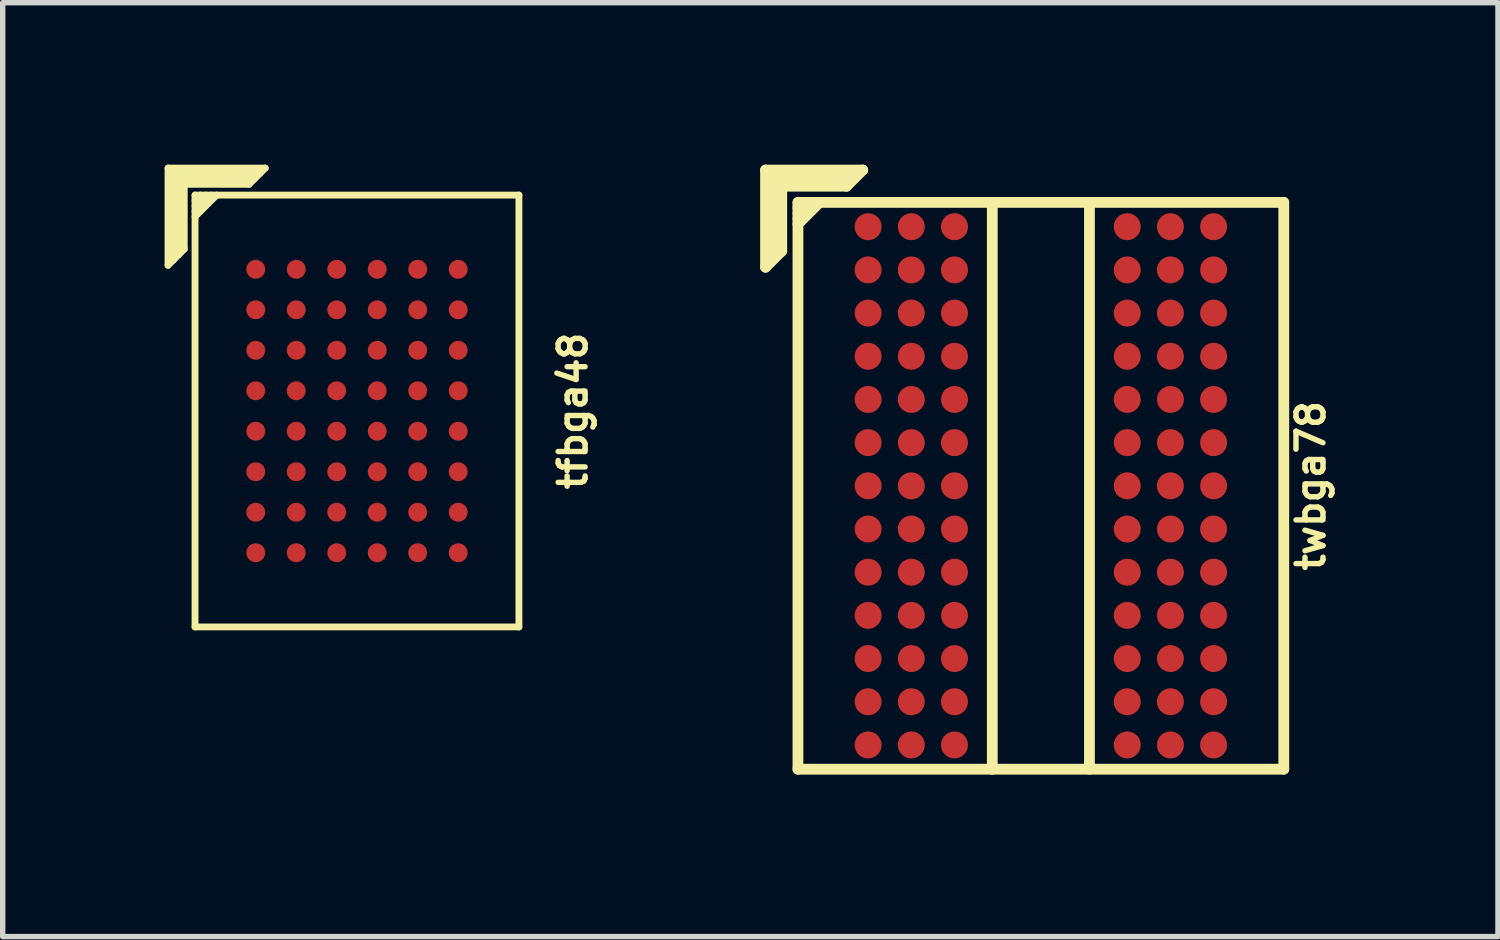
<source format=kicad_pcb>
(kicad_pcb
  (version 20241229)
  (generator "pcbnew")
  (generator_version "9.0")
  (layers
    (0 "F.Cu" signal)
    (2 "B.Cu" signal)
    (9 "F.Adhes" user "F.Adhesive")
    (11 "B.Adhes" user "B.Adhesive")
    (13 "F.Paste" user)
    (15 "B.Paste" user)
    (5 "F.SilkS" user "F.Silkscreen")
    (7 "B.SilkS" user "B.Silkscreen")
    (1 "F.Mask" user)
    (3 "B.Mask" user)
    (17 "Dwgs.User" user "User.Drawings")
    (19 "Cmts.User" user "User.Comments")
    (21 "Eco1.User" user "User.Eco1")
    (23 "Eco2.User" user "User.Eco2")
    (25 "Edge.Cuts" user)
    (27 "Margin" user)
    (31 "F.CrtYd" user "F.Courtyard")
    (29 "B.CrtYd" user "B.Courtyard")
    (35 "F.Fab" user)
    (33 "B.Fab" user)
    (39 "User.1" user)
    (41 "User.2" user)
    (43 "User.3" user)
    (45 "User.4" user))
  (footprint "twbga78"
    (layer "F.Cu")
    (at 16.232 5.95)
    (property "Reference" "twbga78" (at 5 0 90) (layer "F.SilkS") (effects (font (size 0.5 0.5) (thickness 0.1))))
    (attr through_hole)
    (fp_line (start -5.1 -5.85) (end -3.3 -5.85) (stroke (width 0.2) (type solid)) (layer "F.SilkS"))
    (fp_line (start -5.1 -4.05) (end -5.1 -5.85) (stroke (width 0.2) (type solid)) (layer "F.SilkS"))
    (fp_line (start -5 -5.75) (end -3.5 -5.75) (stroke (width 0.2) (type solid)) (layer "F.SilkS"))
    (fp_line (start -5 -4.25) (end -5 -5.75) (stroke (width 0.2) (type solid)) (layer "F.SilkS"))
    (fp_line (start -4.9 -5.65) (end -4.9 -4.35) (stroke (width 0.2) (type solid)) (layer "F.SilkS"))
    (fp_line (start -4.8 -5.55) (end -3.6 -5.55) (stroke (width 0.2) (type solid)) (layer "F.SilkS"))
    (fp_line (start -4.8 -4.35) (end -5.1 -4.05) (stroke (width 0.2) (type solid)) (layer "F.SilkS"))
    (fp_line (start -4.8 -4.35) (end -4.8 -5.55) (stroke (width 0.2) (type solid)) (layer "F.SilkS"))
    (fp_line (start -4.5 -5.25) (end 4.5 -5.25) (stroke (width 0.2) (type solid)) (layer "F.SilkS"))
    (fp_line (start -4.5 -5.15) (end -4.4 -5.25) (stroke (width 0.2) (type solid)) (layer "F.SilkS"))
    (fp_line (start -4.5 -4.85) (end -4.1 -5.25) (stroke (width 0.2) (type solid)) (layer "F.SilkS"))
    (fp_line (start -4.5 5.25) (end -4.5 -5.25) (stroke (width 0.2) (type solid)) (layer "F.SilkS"))
    (fp_line (start -4.3 -5.25) (end -4.5 -5.05) (stroke (width 0.2) (type solid)) (layer "F.SilkS"))
    (fp_line (start -4.2 -5.25) (end -4.5 -4.95) (stroke (width 0.2) (type solid)) (layer "F.SilkS"))
    (fp_line (start -3.6 -5.65) (end -4.9 -5.65) (stroke (width 0.2) (type solid)) (layer "F.SilkS"))
    (fp_line (start -3.3 -5.85) (end -3.6 -5.55) (stroke (width 0.2) (type solid)) (layer "F.SilkS"))
    (fp_line (start -0.9 -5.25) (end -0.9 5.25) (stroke (width 0.2) (type solid)) (layer "F.SilkS"))
    (fp_line (start 0.9 5.25) (end 0.9 -5.25) (stroke (width 0.2) (type solid)) (layer "F.SilkS"))
    (fp_line (start 4.5 -5.25) (end 4.5 5.25) (stroke (width 0.2) (type solid)) (layer "F.SilkS"))
    (fp_line (start 4.5 5.25) (end -4.5 5.25) (stroke (width 0.2) (type solid)) (layer "F.SilkS"))
    (pad "A1" smd circle (at -3.2 -4.8) (size 0.5 0.5) (layers "F.Cu" "F.Mask" "F.Paste"))
    (pad "A2" smd circle (at -2.4 -4.8) (size 0.5 0.5) (layers "F.Cu" "F.Mask" "F.Paste"))
    (pad "A3" smd circle (at -1.6 -4.8) (size 0.5 0.5) (layers "F.Cu" "F.Mask" "F.Paste"))
    (pad "A7" smd circle (at 1.6 -4.8) (size 0.5 0.5) (layers "F.Cu" "F.Mask" "F.Paste"))
    (pad "A8" smd circle (at 2.4 -4.8) (size 0.5 0.5) (layers "F.Cu" "F.Mask" "F.Paste"))
    (pad "A9" smd circle (at 3.2 -4.8) (size 0.5 0.5) (layers "F.Cu" "F.Mask" "F.Paste"))
    (pad "B1" smd circle (at -3.2 -4) (size 0.5 0.5) (layers "F.Cu" "F.Mask" "F.Paste"))
    (pad "B2" smd circle (at -2.4 -4) (size 0.5 0.5) (layers "F.Cu" "F.Mask" "F.Paste"))
    (pad "B3" smd circle (at -1.6 -4) (size 0.5 0.5) (layers "F.Cu" "F.Mask" "F.Paste"))
    (pad "B7" smd circle (at 1.6 -4) (size 0.5 0.5) (layers "F.Cu" "F.Mask" "F.Paste"))
    (pad "B8" smd circle (at 2.4 -4) (size 0.5 0.5) (layers "F.Cu" "F.Mask" "F.Paste"))
    (pad "B9" smd circle (at 3.2 -4) (size 0.5 0.5) (layers "F.Cu" "F.Mask" "F.Paste"))
    (pad "C1" smd circle (at -3.2 -3.2) (size 0.5 0.5) (layers "F.Cu" "F.Mask" "F.Paste"))
    (pad "C2" smd circle (at -2.4 -3.2) (size 0.5 0.5) (layers "F.Cu" "F.Mask" "F.Paste"))
    (pad "C3" smd circle (at -1.6 -3.2) (size 0.5 0.5) (layers "F.Cu" "F.Mask" "F.Paste"))
    (pad "C7" smd circle (at 1.6 -3.2) (size 0.5 0.5) (layers "F.Cu" "F.Mask" "F.Paste"))
    (pad "C8" smd circle (at 2.4 -3.2) (size 0.5 0.5) (layers "F.Cu" "F.Mask" "F.Paste"))
    (pad "C9" smd circle (at 3.2 -3.2) (size 0.5 0.5) (layers "F.Cu" "F.Mask" "F.Paste"))
    (pad "D1" smd circle (at -3.2 -2.4) (size 0.5 0.5) (layers "F.Cu" "F.Mask" "F.Paste"))
    (pad "D2" smd circle (at -2.4 -2.4) (size 0.5 0.5) (layers "F.Cu" "F.Mask" "F.Paste"))
    (pad "D3" smd circle (at -1.6 -2.4) (size 0.5 0.5) (layers "F.Cu" "F.Mask" "F.Paste"))
    (pad "D7" smd circle (at 1.6 -2.4) (size 0.5 0.5) (layers "F.Cu" "F.Mask" "F.Paste"))
    (pad "D8" smd circle (at 2.4 -2.4) (size 0.5 0.5) (layers "F.Cu" "F.Mask" "F.Paste"))
    (pad "D9" smd circle (at 3.2 -2.4) (size 0.5 0.5) (layers "F.Cu" "F.Mask" "F.Paste"))
    (pad "E1" smd circle (at -3.2 -1.6) (size 0.5 0.5) (layers "F.Cu" "F.Mask" "F.Paste"))
    (pad "E2" smd circle (at -2.4 -1.6) (size 0.5 0.5) (layers "F.Cu" "F.Mask" "F.Paste"))
    (pad "E3" smd circle (at -1.6 -1.6) (size 0.5 0.5) (layers "F.Cu" "F.Mask" "F.Paste"))
    (pad "E7" smd circle (at 1.6 -1.6) (size 0.5 0.5) (layers "F.Cu" "F.Mask" "F.Paste"))
    (pad "E8" smd circle (at 2.4 -1.6) (size 0.5 0.5) (layers "F.Cu" "F.Mask" "F.Paste"))
    (pad "E9" smd circle (at 3.2 -1.6) (size 0.5 0.5) (layers "F.Cu" "F.Mask" "F.Paste"))
    (pad "F1" smd circle (at -3.2 -0.8) (size 0.5 0.5) (layers "F.Cu" "F.Mask" "F.Paste"))
    (pad "F2" smd circle (at -2.4 -0.8) (size 0.5 0.5) (layers "F.Cu" "F.Mask" "F.Paste"))
    (pad "F3" smd circle (at -1.6 -0.8) (size 0.5 0.5) (layers "F.Cu" "F.Mask" "F.Paste"))
    (pad "F7" smd circle (at 1.6 -0.8) (size 0.5 0.5) (layers "F.Cu" "F.Mask" "F.Paste"))
    (pad "F8" smd circle (at 2.4 -0.8) (size 0.5 0.5) (layers "F.Cu" "F.Mask" "F.Paste"))
    (pad "F9" smd circle (at 3.2 -0.8) (size 0.5 0.5) (layers "F.Cu" "F.Mask" "F.Paste"))
    (pad "G1" smd circle (at -3.2 0) (size 0.5 0.5) (layers "F.Cu" "F.Mask" "F.Paste"))
    (pad "G2" smd circle (at -2.4 0) (size 0.5 0.5) (layers "F.Cu" "F.Mask" "F.Paste"))
    (pad "G3" smd circle (at -1.6 0) (size 0.5 0.5) (layers "F.Cu" "F.Mask" "F.Paste"))
    (pad "G7" smd circle (at 1.6 0) (size 0.5 0.5) (layers "F.Cu" "F.Mask" "F.Paste"))
    (pad "G8" smd circle (at 2.4 0) (size 0.5 0.5) (layers "F.Cu" "F.Mask" "F.Paste"))
    (pad "G9" smd circle (at 3.2 0) (size 0.5 0.5) (layers "F.Cu" "F.Mask" "F.Paste"))
    (pad "H1" smd circle (at -3.2 0.8) (size 0.5 0.5) (layers "F.Cu" "F.Mask" "F.Paste"))
    (pad "H2" smd circle (at -2.4 0.8) (size 0.5 0.5) (layers "F.Cu" "F.Mask" "F.Paste"))
    (pad "H3" smd circle (at -1.6 0.8) (size 0.5 0.5) (layers "F.Cu" "F.Mask" "F.Paste"))
    (pad "H7" smd circle (at 1.6 0.8) (size 0.5 0.5) (layers "F.Cu" "F.Mask" "F.Paste"))
    (pad "H8" smd circle (at 2.4 0.8) (size 0.5 0.5) (layers "F.Cu" "F.Mask" "F.Paste"))
    (pad "H9" smd circle (at 3.2 0.8) (size 0.5 0.5) (layers "F.Cu" "F.Mask" "F.Paste"))
    (pad "J1" smd circle (at -3.2 1.6) (size 0.5 0.5) (layers "F.Cu" "F.Mask" "F.Paste"))
    (pad "J2" smd circle (at -2.4 1.6) (size 0.5 0.5) (layers "F.Cu" "F.Mask" "F.Paste"))
    (pad "J3" smd circle (at -1.6 1.6) (size 0.5 0.5) (layers "F.Cu" "F.Mask" "F.Paste"))
    (pad "J7" smd circle (at 1.6 1.6) (size 0.5 0.5) (layers "F.Cu" "F.Mask" "F.Paste"))
    (pad "J8" smd circle (at 2.4 1.6) (size 0.5 0.5) (layers "F.Cu" "F.Mask" "F.Paste"))
    (pad "J9" smd circle (at 3.2 1.6) (size 0.5 0.5) (layers "F.Cu" "F.Mask" "F.Paste"))
    (pad "K1" smd circle (at -3.2 2.4) (size 0.5 0.5) (layers "F.Cu" "F.Mask" "F.Paste"))
    (pad "K2" smd circle (at -2.4 2.4) (size 0.5 0.5) (layers "F.Cu" "F.Mask" "F.Paste"))
    (pad "K3" smd circle (at -1.6 2.4) (size 0.5 0.5) (layers "F.Cu" "F.Mask" "F.Paste"))
    (pad "K7" smd circle (at 1.6 2.4) (size 0.5 0.5) (layers "F.Cu" "F.Mask" "F.Paste"))
    (pad "K8" smd circle (at 2.4 2.4) (size 0.5 0.5) (layers "F.Cu" "F.Mask" "F.Paste"))
    (pad "K9" smd circle (at 3.2 2.4) (size 0.5 0.5) (layers "F.Cu" "F.Mask" "F.Paste"))
    (pad "L1" smd circle (at -3.2 3.2) (size 0.5 0.5) (layers "F.Cu" "F.Mask" "F.Paste"))
    (pad "L2" smd circle (at -2.4 3.2) (size 0.5 0.5) (layers "F.Cu" "F.Mask" "F.Paste"))
    (pad "L3" smd circle (at -1.6 3.2) (size 0.5 0.5) (layers "F.Cu" "F.Mask" "F.Paste"))
    (pad "L7" smd circle (at 1.6 3.2) (size 0.5 0.5) (layers "F.Cu" "F.Mask" "F.Paste"))
    (pad "L8" smd circle (at 2.4 3.2) (size 0.5 0.5) (layers "F.Cu" "F.Mask" "F.Paste"))
    (pad "L9" smd circle (at 3.2 3.2) (size 0.5 0.5) (layers "F.Cu" "F.Mask" "F.Paste"))
    (pad "M1" smd circle (at -3.2 4) (size 0.5 0.5) (layers "F.Cu" "F.Mask" "F.Paste"))
    (pad "M2" smd circle (at -2.4 4) (size 0.5 0.5) (layers "F.Cu" "F.Mask" "F.Paste"))
    (pad "M3" smd circle (at -1.6 4) (size 0.5 0.5) (layers "F.Cu" "F.Mask" "F.Paste"))
    (pad "M7" smd circle (at 1.6 4) (size 0.5 0.5) (layers "F.Cu" "F.Mask" "F.Paste"))
    (pad "M8" smd circle (at 2.4 4) (size 0.5 0.5) (layers "F.Cu" "F.Mask" "F.Paste"))
    (pad "M9" smd circle (at 3.2 4) (size 0.5 0.5) (layers "F.Cu" "F.Mask" "F.Paste"))
    (pad "N1" smd circle (at -3.2 4.8) (size 0.5 0.5) (layers "F.Cu" "F.Mask" "F.Paste"))
    (pad "N2" smd circle (at -2.4 4.8) (size 0.5 0.5) (layers "F.Cu" "F.Mask" "F.Paste"))
    (pad "N3" smd circle (at -1.6 4.8) (size 0.5 0.5) (layers "F.Cu" "F.Mask" "F.Paste"))
    (pad "N7" smd circle (at 1.6 4.8) (size 0.5 0.5) (layers "F.Cu" "F.Mask" "F.Paste"))
    (pad "N8" smd circle (at 2.4 4.8) (size 0.5 0.5) (layers "F.Cu" "F.Mask" "F.Paste"))
    (pad "N9" smd circle (at 3.2 4.8) (size 0.5 0.5) (layers "F.Cu" "F.Mask" "F.Paste")))
  (footprint "tfbga48"
    (layer "F.Cu")
    (at 3.563 4.564)
    (property "Reference" "tfbga48" (at 4 0 90) (layer "F.SilkS") (effects (font (size 0.5 0.5) (thickness 0.1))))
    (attr through_hole)
    (fp_line (start -3.5 -4.5) (end -1.7 -4.5) (stroke (width 0.127) (type solid)) (layer "F.SilkS"))
    (fp_line (start -3.5 -2.7) (end -3.5 -4.5) (stroke (width 0.127) (type solid)) (layer "F.SilkS"))
    (fp_line (start -3.4 -4.4) (end -3.4 -2.8) (stroke (width 0.127) (type solid)) (layer "F.SilkS"))
    (fp_line (start -3.3 -4.3) (end -1.9 -4.3) (stroke (width 0.127) (type solid)) (layer "F.SilkS"))
    (fp_line (start -3.3 -2.9) (end -3.3 -4.3) (stroke (width 0.127) (type solid)) (layer "F.SilkS"))
    (fp_line (start -3.2 -4.2) (end -2 -4.2) (stroke (width 0.127) (type solid)) (layer "F.SilkS"))
    (fp_line (start -3.2 -3) (end -3.5 -2.7) (stroke (width 0.127) (type solid)) (layer "F.SilkS"))
    (fp_line (start -3.2 -3) (end -3.2 -4.2) (stroke (width 0.127) (type solid)) (layer "F.SilkS"))
    (fp_line (start -3 -4) (end 3 -4) (stroke (width 0.127) (type solid)) (layer "F.SilkS"))
    (fp_line (start -3 -3.9) (end -2.9 -4) (stroke (width 0.127) (type solid)) (layer "F.SilkS"))
    (fp_line (start -3 -3.6) (end -2.6 -4) (stroke (width 0.127) (type solid)) (layer "F.SilkS"))
    (fp_line (start -3 4) (end -3 -4) (stroke (width 0.127) (type solid)) (layer "F.SilkS"))
    (fp_line (start -2.8 -4) (end -3 -3.8) (stroke (width 0.127) (type solid)) (layer "F.SilkS"))
    (fp_line (start -2.7 -4) (end -3 -3.7) (stroke (width 0.127) (type solid)) (layer "F.SilkS"))
    (fp_line (start -1.8 -4.4) (end -3.4 -4.4) (stroke (width 0.127) (type solid)) (layer "F.SilkS"))
    (fp_line (start -1.7 -4.5) (end -2 -4.2) (stroke (width 0.127) (type solid)) (layer "F.SilkS"))
    (fp_line (start 3 -4) (end 3 4) (stroke (width 0.127) (type solid)) (layer "F.SilkS"))
    (fp_line (start 3 4) (end -3 4) (stroke (width 0.127) (type solid)) (layer "F.SilkS"))
    (pad "A1" smd circle (at -1.875 -2.625) (size 0.35 0.35) (layers "F.Cu" "F.Mask" "F.Paste"))
    (pad "A2" smd circle (at -1.125 -2.625) (size 0.35 0.35) (layers "F.Cu" "F.Mask" "F.Paste"))
    (pad "A3" smd circle (at -0.375 -2.625) (size 0.35 0.35) (layers "F.Cu" "F.Mask" "F.Paste"))
    (pad "A4" smd circle (at 0.375 -2.625) (size 0.35 0.35) (layers "F.Cu" "F.Mask" "F.Paste"))
    (pad "A5" smd circle (at 1.125 -2.625) (size 0.35 0.35) (layers "F.Cu" "F.Mask" "F.Paste"))
    (pad "A6" smd circle (at 1.875 -2.625) (size 0.35 0.35) (layers "F.Cu" "F.Mask" "F.Paste"))
    (pad "B1" smd circle (at -1.875 -1.875) (size 0.35 0.35) (layers "F.Cu" "F.Mask" "F.Paste"))
    (pad "B2" smd circle (at -1.125 -1.875) (size 0.35 0.35) (layers "F.Cu" "F.Mask" "F.Paste"))
    (pad "B3" smd circle (at -0.375 -1.875) (size 0.35 0.35) (layers "F.Cu" "F.Mask" "F.Paste"))
    (pad "B4" smd circle (at 0.375 -1.875) (size 0.35 0.35) (layers "F.Cu" "F.Mask" "F.Paste"))
    (pad "B5" smd circle (at 1.125 -1.875) (size 0.35 0.35) (layers "F.Cu" "F.Mask" "F.Paste"))
    (pad "B6" smd circle (at 1.875 -1.875) (size 0.35 0.35) (layers "F.Cu" "F.Mask" "F.Paste"))
    (pad "C1" smd circle (at -1.875 -1.125) (size 0.35 0.35) (layers "F.Cu" "F.Mask" "F.Paste"))
    (pad "C2" smd circle (at -1.125 -1.125) (size 0.35 0.35) (layers "F.Cu" "F.Mask" "F.Paste"))
    (pad "C3" smd circle (at -0.375 -1.125) (size 0.35 0.35) (layers "F.Cu" "F.Mask" "F.Paste"))
    (pad "C4" smd circle (at 0.375 -1.125) (size 0.35 0.35) (layers "F.Cu" "F.Mask" "F.Paste"))
    (pad "C5" smd circle (at 1.125 -1.125) (size 0.35 0.35) (layers "F.Cu" "F.Mask" "F.Paste"))
    (pad "C6" smd circle (at 1.875 -1.125) (size 0.35 0.35) (layers "F.Cu" "F.Mask" "F.Paste"))
    (pad "D1" smd circle (at -1.875 -0.375) (size 0.35 0.35) (layers "F.Cu" "F.Mask" "F.Paste"))
    (pad "D2" smd circle (at -1.125 -0.375) (size 0.35 0.35) (layers "F.Cu" "F.Mask" "F.Paste"))
    (pad "D3" smd circle (at -0.375 -0.375) (size 0.35 0.35) (layers "F.Cu" "F.Mask" "F.Paste"))
    (pad "D4" smd circle (at 0.375 -0.375) (size 0.35 0.35) (layers "F.Cu" "F.Mask" "F.Paste"))
    (pad "D5" smd circle (at 1.125 -0.375) (size 0.35 0.35) (layers "F.Cu" "F.Mask" "F.Paste"))
    (pad "D6" smd circle (at 1.875 -0.375) (size 0.35 0.35) (layers "F.Cu" "F.Mask" "F.Paste"))
    (pad "E1" smd circle (at -1.875 0.375) (size 0.35 0.35) (layers "F.Cu" "F.Mask" "F.Paste"))
    (pad "E2" smd circle (at -1.125 0.375) (size 0.35 0.35) (layers "F.Cu" "F.Mask" "F.Paste"))
    (pad "E3" smd circle (at -0.375 0.375) (size 0.35 0.35) (layers "F.Cu" "F.Mask" "F.Paste"))
    (pad "E4" smd circle (at 0.375 0.375) (size 0.35 0.35) (layers "F.Cu" "F.Mask" "F.Paste"))
    (pad "E5" smd circle (at 1.125 0.375) (size 0.35 0.35) (layers "F.Cu" "F.Mask" "F.Paste"))
    (pad "E6" smd circle (at 1.875 0.375) (size 0.35 0.35) (layers "F.Cu" "F.Mask" "F.Paste"))
    (pad "F1" smd circle (at -1.875 1.125) (size 0.35 0.35) (layers "F.Cu" "F.Mask" "F.Paste"))
    (pad "F2" smd circle (at -1.125 1.125) (size 0.35 0.35) (layers "F.Cu" "F.Mask" "F.Paste"))
    (pad "F3" smd circle (at -0.375 1.125) (size 0.35 0.35) (layers "F.Cu" "F.Mask" "F.Paste"))
    (pad "F4" smd circle (at 0.375 1.125) (size 0.35 0.35) (layers "F.Cu" "F.Mask" "F.Paste"))
    (pad "F5" smd circle (at 1.125 1.125) (size 0.35 0.35) (layers "F.Cu" "F.Mask" "F.Paste"))
    (pad "F6" smd circle (at 1.875 1.125) (size 0.35 0.35) (layers "F.Cu" "F.Mask" "F.Paste"))
    (pad "G1" smd circle (at -1.875 1.875) (size 0.35 0.35) (layers "F.Cu" "F.Mask" "F.Paste"))
    (pad "G2" smd circle (at -1.125 1.875) (size 0.35 0.35) (layers "F.Cu" "F.Mask" "F.Paste"))
    (pad "G3" smd circle (at -0.375 1.875) (size 0.35 0.35) (layers "F.Cu" "F.Mask" "F.Paste"))
    (pad "G4" smd circle (at 0.375 1.875) (size 0.35 0.35) (layers "F.Cu" "F.Mask" "F.Paste"))
    (pad "G5" smd circle (at 1.125 1.875) (size 0.35 0.35) (layers "F.Cu" "F.Mask" "F.Paste"))
    (pad "G6" smd circle (at 1.875 1.875) (size 0.35 0.35) (layers "F.Cu" "F.Mask" "F.Paste"))
    (pad "H1" smd circle (at -1.875 2.625) (size 0.35 0.35) (layers "F.Cu" "F.Mask" "F.Paste"))
    (pad "H2" smd circle (at -1.125 2.625) (size 0.35 0.35) (layers "F.Cu" "F.Mask" "F.Paste"))
    (pad "H3" smd circle (at -0.375 2.625) (size 0.35 0.35) (layers "F.Cu" "F.Mask" "F.Paste"))
    (pad "H4" smd circle (at 0.375 2.625) (size 0.35 0.35) (layers "F.Cu" "F.Mask" "F.Paste"))
    (pad "H5" smd circle (at 1.125 2.625) (size 0.35 0.35) (layers "F.Cu" "F.Mask" "F.Paste"))
    (pad "H6" smd circle (at 1.875 2.625) (size 0.35 0.35) (layers "F.Cu" "F.Mask" "F.Paste")))
  (gr_rect
    (start -3 -3)
    (end 24.7 14.3)
    (stroke (width 0.1) (type default))
    (fill no)
    (layer "Edge.Cuts")))
</source>
